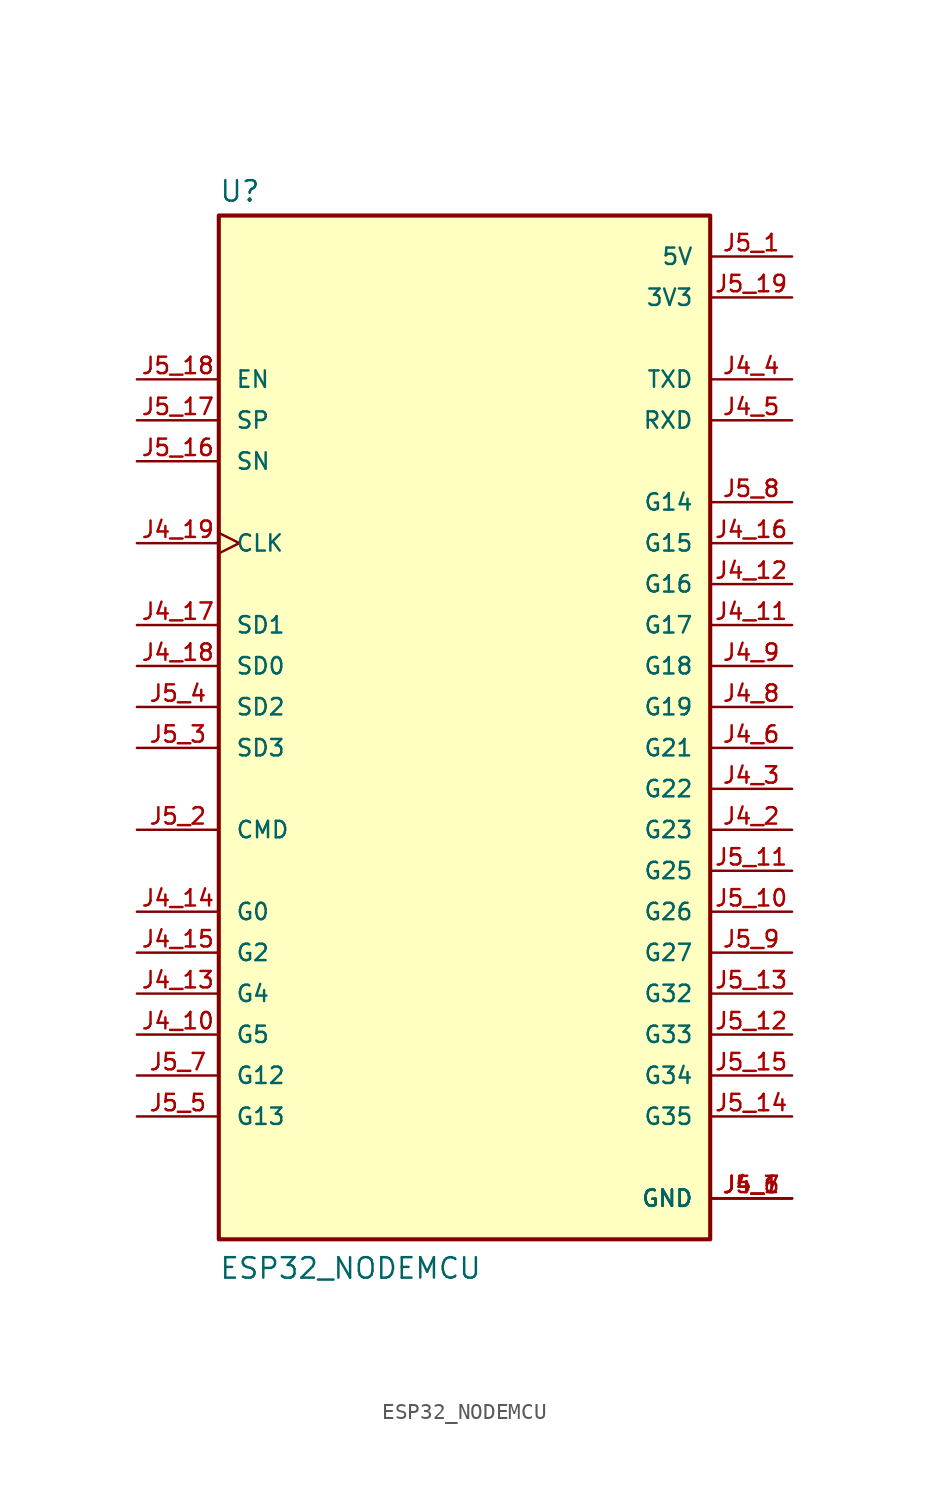
<source format=kicad_sym>
(kicad_symbol_lib
  (version 20211014)
  (generator kicad_symbol_editor)
  (symbol "ESP32_NODEMCU"
    (pin_names
      (offset 1.016))
    (property "Reference" "U"
      (at -15.24 31.242 0)
      (effects (font (size 1.27 1.27)) (justify left bottom)))
    (property "Value" "ESP32_NODEMCU"
      (at -15.24 -35.56 0)
      (effects (font (size 1.27 1.27)) (justify left bottom)))
    (property "ki_locked" ""
      (at 0 0 0)
      (effects (font (size 1.27 1.27))))
    (symbol "ESP32_NODEMCU_0_0"
      (rectangle (start -15.24 -33.02) (end 15.24 30.48) (stroke (width 0.254) (type default) (color 0 0 0 0)) (fill (type background)))
      (pin power_in line (at 20.32 -30.48 180) (length 5.08) (name "GND" (effects (font (size 1.016 1.016)))) (number "J4_1" (effects (font (size 1.016 1.016)))))
      (pin bidirectional line (at -20.32 -20.32 0) (length 5.08) (name "G5" (effects (font (size 1.016 1.016)))) (number "J4_10" (effects (font (size 1.016 1.016)))))
      (pin bidirectional line (at 20.32 5.08 180) (length 5.08) (name "G17" (effects (font (size 1.016 1.016)))) (number "J4_11" (effects (font (size 1.016 1.016)))))
      (pin bidirectional line (at 20.32 7.62 180) (length 5.08) (name "G16" (effects (font (size 1.016 1.016)))) (number "J4_12" (effects (font (size 1.016 1.016)))))
      (pin bidirectional line (at -20.32 -17.78 0) (length 5.08) (name "G4" (effects (font (size 1.016 1.016)))) (number "J4_13" (effects (font (size 1.016 1.016)))))
      (pin bidirectional line (at -20.32 -12.7 0) (length 5.08) (name "G0" (effects (font (size 1.016 1.016)))) (number "J4_14" (effects (font (size 1.016 1.016)))))
      (pin bidirectional line (at -20.32 -15.24 0) (length 5.08) (name "G2" (effects (font (size 1.016 1.016)))) (number "J4_15" (effects (font (size 1.016 1.016)))))
      (pin bidirectional line (at 20.32 10.16 180) (length 5.08) (name "G15" (effects (font (size 1.016 1.016)))) (number "J4_16" (effects (font (size 1.016 1.016)))))
      (pin bidirectional line (at -20.32 5.08 0) (length 5.08) (name "SD1" (effects (font (size 1.016 1.016)))) (number "J4_17" (effects (font (size 1.016 1.016)))))
      (pin bidirectional line (at -20.32 2.54 0) (length 5.08) (name "SD0" (effects (font (size 1.016 1.016)))) (number "J4_18" (effects (font (size 1.016 1.016)))))
      (pin input clock (at -20.32 10.16 0) (length 5.08) (name "CLK" (effects (font (size 1.016 1.016)))) (number "J4_19" (effects (font (size 1.016 1.016)))))
      (pin bidirectional line (at 20.32 -7.62 180) (length 5.08) (name "G23" (effects (font (size 1.016 1.016)))) (number "J4_2" (effects (font (size 1.016 1.016)))))
      (pin bidirectional line (at 20.32 -5.08 180) (length 5.08) (name "G22" (effects (font (size 1.016 1.016)))) (number "J4_3" (effects (font (size 1.016 1.016)))))
      (pin output line (at 20.32 20.32 180) (length 5.08) (name "TXD" (effects (font (size 1.016 1.016)))) (number "J4_4" (effects (font (size 1.016 1.016)))))
      (pin input line (at 20.32 17.78 180) (length 5.08) (name "RXD" (effects (font (size 1.016 1.016)))) (number "J4_5" (effects (font (size 1.016 1.016)))))
      (pin bidirectional line (at 20.32 -2.54 180) (length 5.08) (name "G21" (effects (font (size 1.016 1.016)))) (number "J4_6" (effects (font (size 1.016 1.016)))))
      (pin power_in line (at 20.32 -30.48 180) (length 5.08) (name "GND" (effects (font (size 1.016 1.016)))) (number "J4_7" (effects (font (size 1.016 1.016)))))
      (pin bidirectional line (at 20.32 0 180) (length 5.08) (name "G19" (effects (font (size 1.016 1.016)))) (number "J4_8" (effects (font (size 1.016 1.016)))))
      (pin bidirectional line (at 20.32 2.54 180) (length 5.08) (name "G18" (effects (font (size 1.016 1.016)))) (number "J4_9" (effects (font (size 1.016 1.016)))))
      (pin power_in line (at 20.32 27.94 180) (length 5.08) (name "5V" (effects (font (size 1.016 1.016)))) (number "J5_1" (effects (font (size 1.016 1.016)))))
      (pin bidirectional line (at 20.32 -12.7 180) (length 5.08) (name "G26" (effects (font (size 1.016 1.016)))) (number "J5_10" (effects (font (size 1.016 1.016)))))
      (pin bidirectional line (at 20.32 -10.16 180) (length 5.08) (name "G25" (effects (font (size 1.016 1.016)))) (number "J5_11" (effects (font (size 1.016 1.016)))))
      (pin bidirectional line (at 20.32 -20.32 180) (length 5.08) (name "G33" (effects (font (size 1.016 1.016)))) (number "J5_12" (effects (font (size 1.016 1.016)))))
      (pin bidirectional line (at 20.32 -17.78 180) (length 5.08) (name "G32" (effects (font (size 1.016 1.016)))) (number "J5_13" (effects (font (size 1.016 1.016)))))
      (pin bidirectional line (at 20.32 -25.4 180) (length 5.08) (name "G35" (effects (font (size 1.016 1.016)))) (number "J5_14" (effects (font (size 1.016 1.016)))))
      (pin bidirectional line (at 20.32 -22.86 180) (length 5.08) (name "G34" (effects (font (size 1.016 1.016)))) (number "J5_15" (effects (font (size 1.016 1.016)))))
      (pin input line (at -20.32 15.24 0) (length 5.08) (name "SN" (effects (font (size 1.016 1.016)))) (number "J5_16" (effects (font (size 1.016 1.016)))))
      (pin input line (at -20.32 17.78 0) (length 5.08) (name "SP" (effects (font (size 1.016 1.016)))) (number "J5_17" (effects (font (size 1.016 1.016)))))
      (pin input line (at -20.32 20.32 0) (length 5.08) (name "EN" (effects (font (size 1.016 1.016)))) (number "J5_18" (effects (font (size 1.016 1.016)))))
      (pin power_in line (at 20.32 25.4 180) (length 5.08) (name "3V3" (effects (font (size 1.016 1.016)))) (number "J5_19" (effects (font (size 1.016 1.016)))))
      (pin bidirectional line (at -20.32 -7.62 0) (length 5.08) (name "CMD" (effects (font (size 1.016 1.016)))) (number "J5_2" (effects (font (size 1.016 1.016)))))
      (pin bidirectional line (at -20.32 -2.54 0) (length 5.08) (name "SD3" (effects (font (size 1.016 1.016)))) (number "J5_3" (effects (font (size 1.016 1.016)))))
      (pin bidirectional line (at -20.32 0 0) (length 5.08) (name "SD2" (effects (font (size 1.016 1.016)))) (number "J5_4" (effects (font (size 1.016 1.016)))))
      (pin bidirectional line (at -20.32 -25.4 0) (length 5.08) (name "G13" (effects (font (size 1.016 1.016)))) (number "J5_5" (effects (font (size 1.016 1.016)))))
      (pin power_in line (at 20.32 -30.48 180) (length 5.08) (name "GND" (effects (font (size 1.016 1.016)))) (number "J5_6" (effects (font (size 1.016 1.016)))))
      (pin bidirectional line (at -20.32 -22.86 0) (length 5.08) (name "G12" (effects (font (size 1.016 1.016)))) (number "J5_7" (effects (font (size 1.016 1.016)))))
      (pin bidirectional line (at 20.32 12.7 180) (length 5.08) (name "G14" (effects (font (size 1.016 1.016)))) (number "J5_8" (effects (font (size 1.016 1.016)))))
      (pin bidirectional line (at 20.32 -15.24 180) (length 5.08) (name "G27" (effects (font (size 1.016 1.016)))) (number "J5_9" (effects (font (size 1.016 1.016))))))))
</source>
